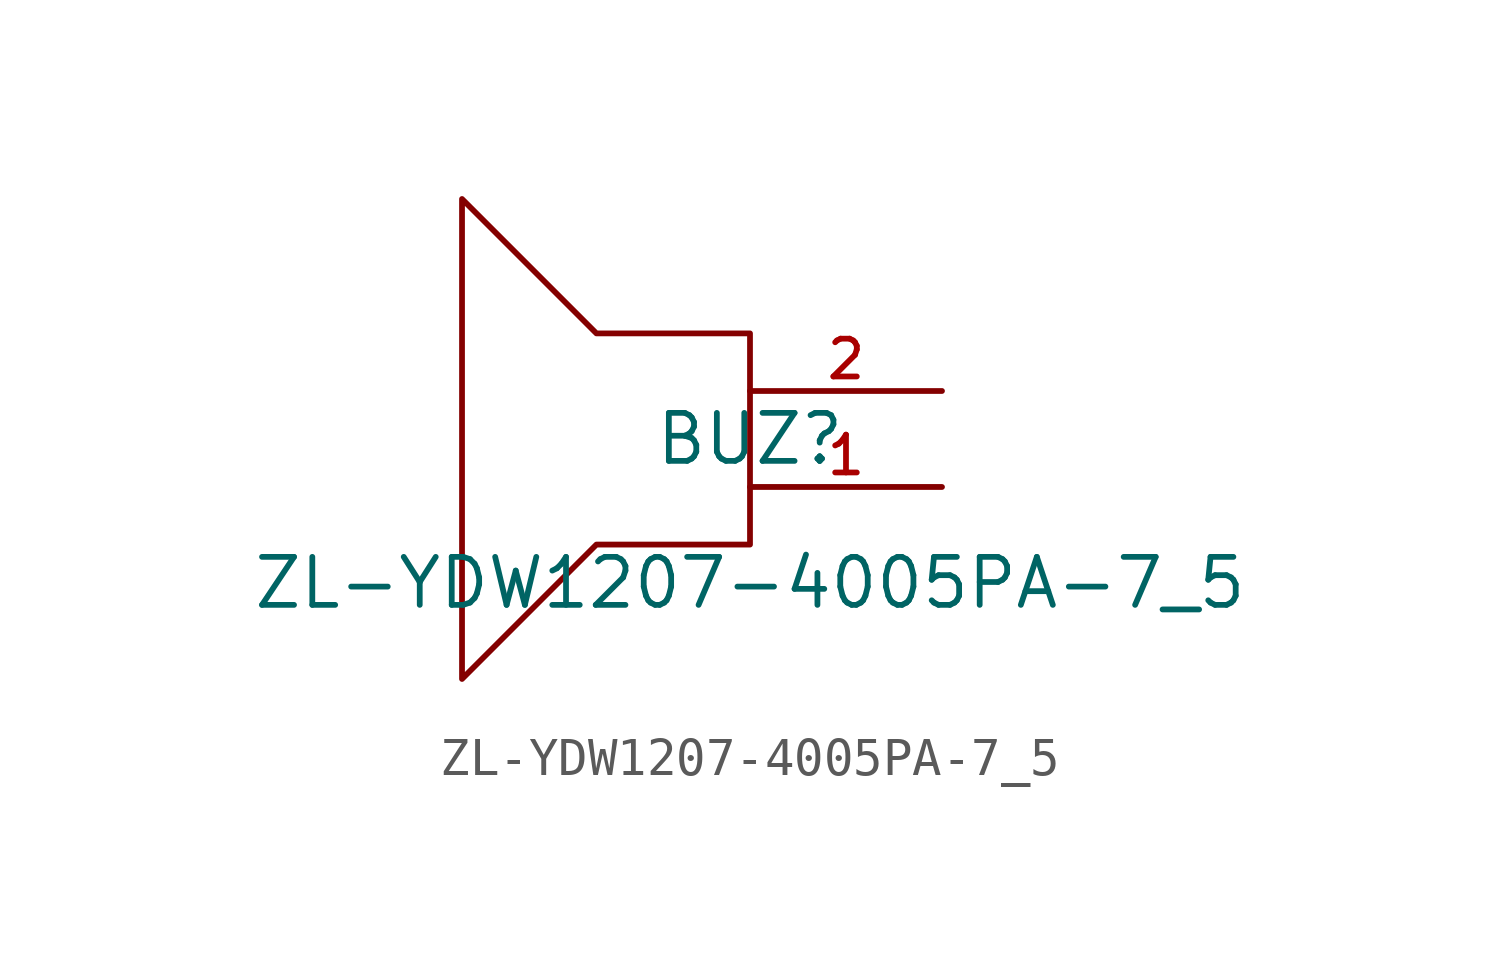
<source format=kicad_sym>
(kicad_symbol_lib
  (version 20210201)
  (generator TousstNicolas/JLC2KiCad_lib)
  (symbol "ZL-YDW1207-4005PA-7_5"
    (pin_names hide)
    (property "Reference" "BUZ"
      (at 0 1.27 0)
      (effects (font (size 1.27 1.27))))
    (property "Value" "ZL-YDW1207-4005PA-7_5"
      (at 0 -2.54 0)
      (effects (font (size 1.27 1.27))))
    (symbol "ZL-YDW1207-4005PA-7_5_0_1"
      (polyline (pts (xy -4.064 4.064) (xy 0.0 4.064) (xy 0.0 -1.524) (xy -4.064 -1.524) (xy -7.62 -5.08) (xy -7.62 7.62) (xy -4.064 4.064)) (stroke (width 0) (type default) (color 0 0 0 0)) (fill (type none)))
      (pin unspecified line (at 5.08 -0.0 180) (length 5.08) (name "1" (effects (font (size 1 1)))) (number "1" (effects (font (size 1 1)))))
      (pin unspecified line (at 5.08 2.54 180) (length 5.08) (name "2" (effects (font (size 1 1)))) (number "2" (effects (font (size 1 1))))))))
</source>
